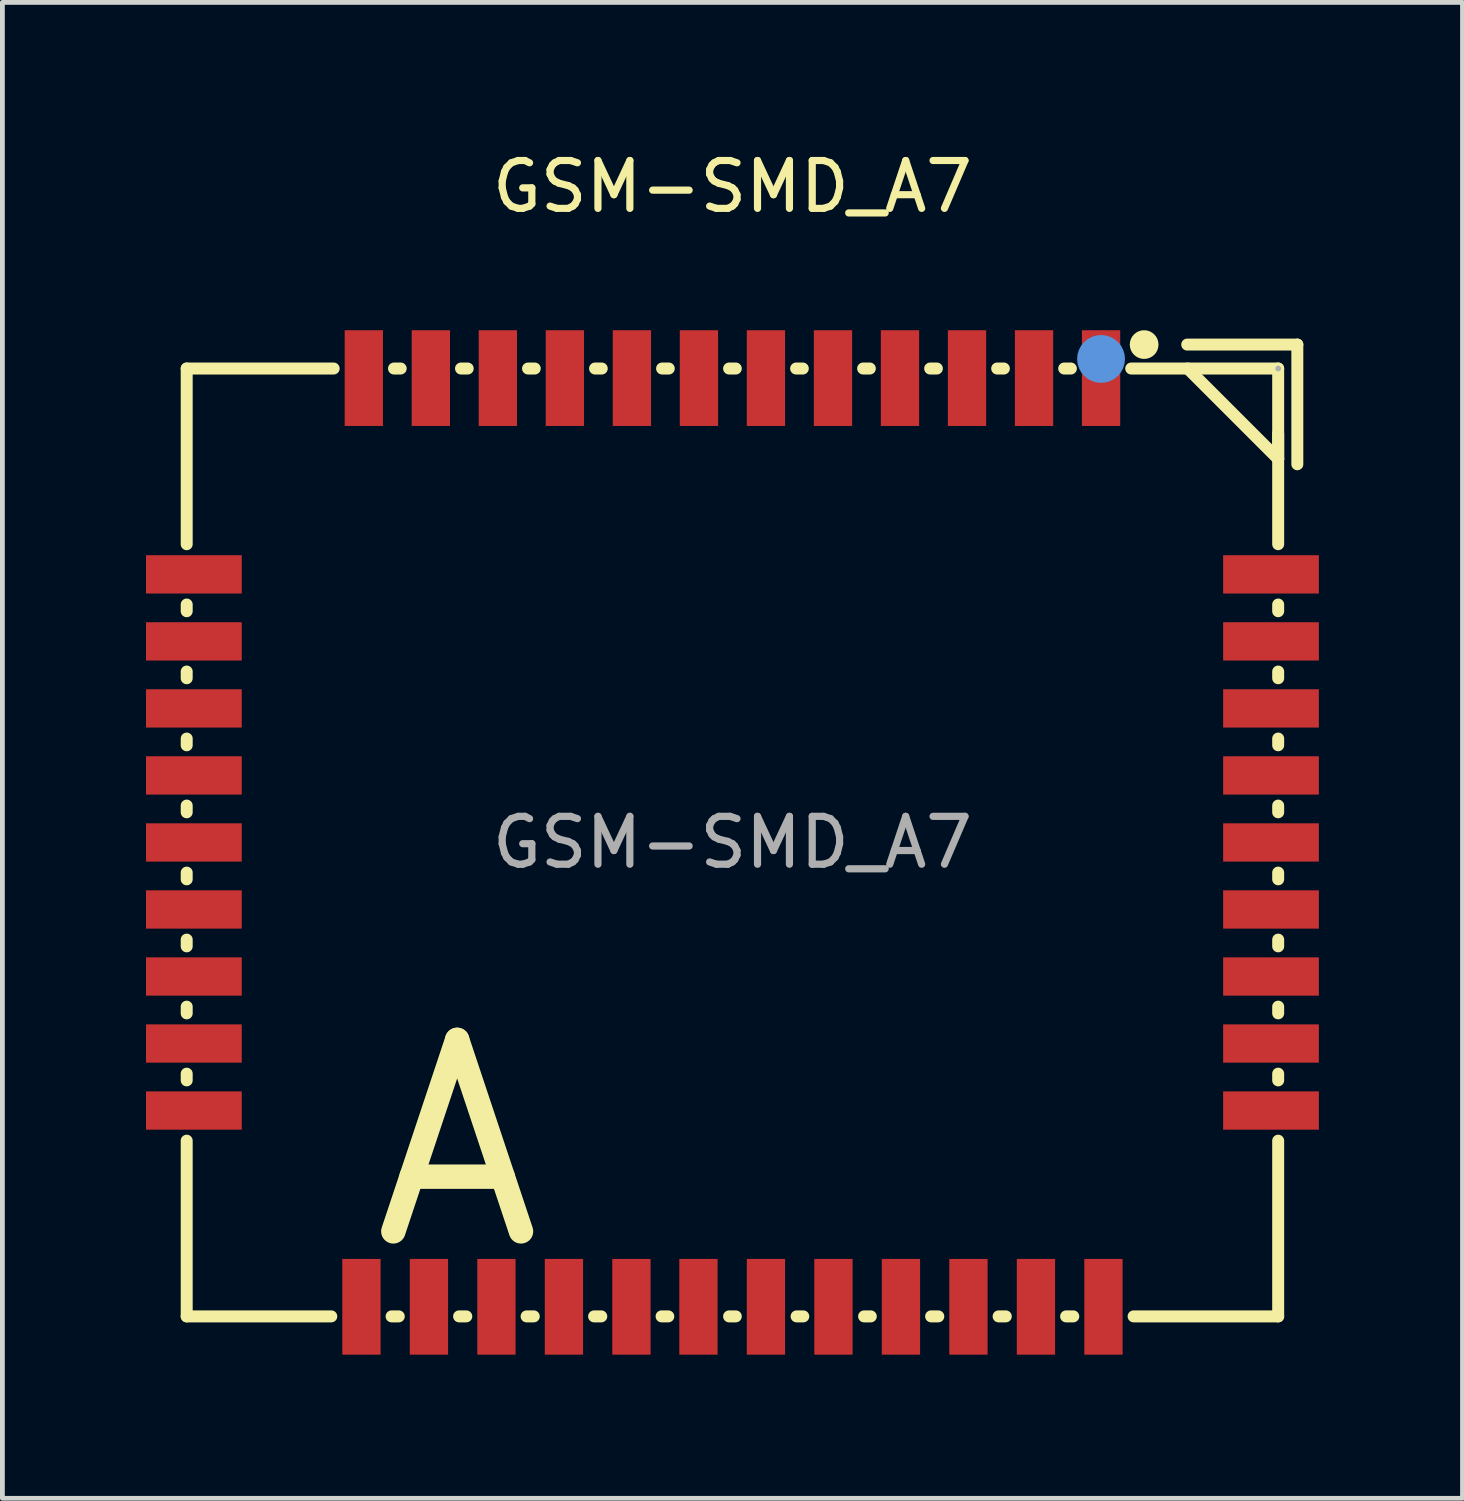
<source format=kicad_pcb>
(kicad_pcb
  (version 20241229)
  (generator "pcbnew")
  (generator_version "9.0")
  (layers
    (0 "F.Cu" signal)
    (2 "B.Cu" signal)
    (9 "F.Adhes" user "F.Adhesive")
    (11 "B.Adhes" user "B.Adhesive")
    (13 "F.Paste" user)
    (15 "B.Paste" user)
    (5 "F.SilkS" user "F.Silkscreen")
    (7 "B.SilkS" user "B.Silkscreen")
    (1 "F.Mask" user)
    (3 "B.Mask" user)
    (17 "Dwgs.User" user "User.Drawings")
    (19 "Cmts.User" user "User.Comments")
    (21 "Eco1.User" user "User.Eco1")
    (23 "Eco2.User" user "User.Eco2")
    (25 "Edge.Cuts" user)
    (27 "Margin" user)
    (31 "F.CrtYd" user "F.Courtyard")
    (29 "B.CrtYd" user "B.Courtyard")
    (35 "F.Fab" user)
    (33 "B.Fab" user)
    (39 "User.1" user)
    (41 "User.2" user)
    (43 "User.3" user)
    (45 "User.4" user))
  (footprint "GSM-SMD_A7"
    (layer "F.Cu")
    (at 12.25 14.548)
    (property "Reference" "GSM-SMD_A7" (at 0 -13.7 0) (layer "F.SilkS") (effects (font (size 1 1) (thickness 0.15))))
    (attr through_hole)
    (fp_line (start -11.4 -9.9) (end -8.33 -9.9) (stroke (width 0.25) (type solid)) (layer "F.SilkS"))
    (fp_line (start -11.4 -6.23) (end -11.4 -9.9) (stroke (width 0.25) (type solid)) (layer "F.SilkS"))
    (fp_line (start -11.4 -4.83) (end -11.4 -4.97) (stroke (width 0.25) (type solid)) (layer "F.SilkS"))
    (fp_line (start -11.4 -3.43) (end -11.4 -3.57) (stroke (width 0.25) (type solid)) (layer "F.SilkS"))
    (fp_line (start -11.4 -2.03) (end -11.4 -2.17) (stroke (width 0.25) (type solid)) (layer "F.SilkS"))
    (fp_line (start -11.4 -0.63) (end -11.4 -0.77) (stroke (width 0.25) (type solid)) (layer "F.SilkS"))
    (fp_line (start -11.4 0.77) (end -11.4 0.63) (stroke (width 0.25) (type solid)) (layer "F.SilkS"))
    (fp_line (start -11.4 2.17) (end -11.4 2.03) (stroke (width 0.25) (type solid)) (layer "F.SilkS"))
    (fp_line (start -11.4 3.57) (end -11.4 3.43) (stroke (width 0.25) (type solid)) (layer "F.SilkS"))
    (fp_line (start -11.4 4.97) (end -11.4 4.83) (stroke (width 0.25) (type solid)) (layer "F.SilkS"))
    (fp_line (start -11.4 9.9) (end -11.4 6.23) (stroke (width 0.25) (type solid)) (layer "F.SilkS"))
    (fp_line (start -8.38 9.9) (end -11.4 9.9) (stroke (width 0.25) (type solid)) (layer "F.SilkS"))
    (fp_line (start -7.07 -9.9) (end -6.93 -9.9) (stroke (width 0.25) (type solid)) (layer "F.SilkS"))
    (fp_line (start -6.97 9.9) (end -7.12 9.9) (stroke (width 0.25) (type solid)) (layer "F.SilkS"))
    (fp_line (start -5.67 -9.9) (end -5.53 -9.9) (stroke (width 0.25) (type solid)) (layer "F.SilkS"))
    (fp_line (start -5.56 9.9) (end -5.71 9.9) (stroke (width 0.25) (type solid)) (layer "F.SilkS"))
    (fp_line (start -4.27 -9.9) (end -4.13 -9.9) (stroke (width 0.25) (type solid)) (layer "F.SilkS"))
    (fp_line (start -4.15 9.9) (end -4.3 9.9) (stroke (width 0.25) (type solid)) (layer "F.SilkS"))
    (fp_line (start -2.87 -9.9) (end -2.73 -9.9) (stroke (width 0.25) (type solid)) (layer "F.SilkS"))
    (fp_line (start -2.74 9.9) (end -2.89 9.9) (stroke (width 0.25) (type solid)) (layer "F.SilkS"))
    (fp_line (start -1.47 -9.9) (end -1.33 -9.9) (stroke (width 0.25) (type solid)) (layer "F.SilkS"))
    (fp_line (start -1.34 9.9) (end -1.48 9.9) (stroke (width 0.25) (type solid)) (layer "F.SilkS"))
    (fp_line (start -0.07 -9.9) (end 0.07 -9.9) (stroke (width 0.25) (type solid)) (layer "F.SilkS"))
    (fp_line (start 0.07 9.9) (end -0.07 9.9) (stroke (width 0.25) (type solid)) (layer "F.SilkS"))
    (fp_line (start 1.33 -9.9) (end 1.47 -9.9) (stroke (width 0.25) (type solid)) (layer "F.SilkS"))
    (fp_line (start 1.48 9.9) (end 1.34 9.9) (stroke (width 0.25) (type solid)) (layer "F.SilkS"))
    (fp_line (start 2.73 -9.9) (end 2.87 -9.9) (stroke (width 0.25) (type solid)) (layer "F.SilkS"))
    (fp_line (start 2.89 9.9) (end 2.75 9.9) (stroke (width 0.25) (type solid)) (layer "F.SilkS"))
    (fp_line (start 4.13 -9.9) (end 4.27 -9.9) (stroke (width 0.25) (type solid)) (layer "F.SilkS"))
    (fp_line (start 4.3 9.9) (end 4.15 9.9) (stroke (width 0.25) (type solid)) (layer "F.SilkS"))
    (fp_line (start 5.53 -9.9) (end 5.67 -9.9) (stroke (width 0.25) (type solid)) (layer "F.SilkS"))
    (fp_line (start 5.71 9.9) (end 5.56 9.9) (stroke (width 0.25) (type solid)) (layer "F.SilkS"))
    (fp_line (start 6.93 -9.9) (end 7.07 -9.9) (stroke (width 0.25) (type solid)) (layer "F.SilkS"))
    (fp_line (start 7.12 9.9) (end 6.97 9.9) (stroke (width 0.25) (type solid)) (layer "F.SilkS"))
    (fp_line (start 8.33 -9.9) (end 11.4 -9.9) (stroke (width 0.25) (type solid)) (layer "F.SilkS"))
    (fp_line (start 9.5 -10.4) (end 11.8 -10.4) (stroke (width 0.25) (type solid)) (layer "F.SilkS"))
    (fp_line (start 11.4 -9.9) (end 11.4 -6.23) (stroke (width 0.25) (type solid)) (layer "F.SilkS"))
    (fp_line (start 11.4 -8.54) (end 11.4 -8.01) (stroke (width 0.25) (type solid)) (layer "F.SilkS"))
    (fp_line (start 11.4 -8.01) (end 9.51 -9.9) (stroke (width 0.25) (type solid)) (layer "F.SilkS"))
    (fp_line (start 11.4 -8.01) (end 11.4 -8.01) (stroke (width 0.25) (type solid)) (layer "F.SilkS"))
    (fp_line (start 11.4 -4.97) (end 11.4 -4.83) (stroke (width 0.25) (type solid)) (layer "F.SilkS"))
    (fp_line (start 11.4 -3.57) (end 11.4 -3.43) (stroke (width 0.25) (type solid)) (layer "F.SilkS"))
    (fp_line (start 11.4 -2.17) (end 11.4 -2.03) (stroke (width 0.25) (type solid)) (layer "F.SilkS"))
    (fp_line (start 11.4 -0.77) (end 11.4 -0.63) (stroke (width 0.25) (type solid)) (layer "F.SilkS"))
    (fp_line (start 11.4 0.63) (end 11.4 0.77) (stroke (width 0.25) (type solid)) (layer "F.SilkS"))
    (fp_line (start 11.4 2.03) (end 11.4 2.17) (stroke (width 0.25) (type solid)) (layer "F.SilkS"))
    (fp_line (start 11.4 3.43) (end 11.4 3.57) (stroke (width 0.25) (type solid)) (layer "F.SilkS"))
    (fp_line (start 11.4 4.83) (end 11.4 4.97) (stroke (width 0.25) (type solid)) (layer "F.SilkS"))
    (fp_line (start 11.4 6.23) (end 11.4 9.9) (stroke (width 0.25) (type solid)) (layer "F.SilkS"))
    (fp_line (start 11.4 9.9) (end 8.38 9.9) (stroke (width 0.25) (type solid)) (layer "F.SilkS"))
    (fp_line (start 11.8 -10.4) (end 11.8 -7.9) (stroke (width 0.25) (type solid)) (layer "F.SilkS"))
    (fp_circle (center 8.6 -10.4) (end 8.75 -10.4) (stroke (width 0.3) (type solid)) (fill no) (layer "F.SilkS"))
    (fp_circle (center 7.7 -10.1) (end 7.95 -10.1) (stroke (width 0.5) (type solid)) (fill no) (layer "Cmts.User"))
    (fp_circle (center 11.4 -9.9) (end 11.43 -9.9) (stroke (width 0.06) (type solid)) (fill no) (layer "F.Fab"))
    (fp_text user "A" (at -7.8 6.3 0) (layer "F.SilkS") (effects (font (size 4 4) (thickness 0.51)) (justify left)))
    (fp_text user "${REFERENCE}" (at 0 0 0) (layer "F.Fab") (effects (font (size 1 1) (thickness 0.15))))
    (pad "1" smd rect (at 7.7 -9.7) (size 0.8 2) (layers "F.Cu" "F.Mask" "F.Paste"))
    (pad "2" smd rect (at 6.3 -9.7) (size 0.8 2) (layers "F.Cu" "F.Mask" "F.Paste"))
    (pad "3" smd rect (at 4.9 -9.7) (size 0.8 2) (layers "F.Cu" "F.Mask" "F.Paste"))
    (pad "4" smd rect (at 3.5 -9.7) (size 0.8 2) (layers "F.Cu" "F.Mask" "F.Paste"))
    (pad "5" smd rect (at 2.1 -9.7) (size 0.8 2) (layers "F.Cu" "F.Mask" "F.Paste"))
    (pad "6" smd rect (at 0.7 -9.7) (size 0.8 2) (layers "F.Cu" "F.Mask" "F.Paste"))
    (pad "7" smd rect (at -0.7 -9.7) (size 0.8 2) (layers "F.Cu" "F.Mask" "F.Paste"))
    (pad "8" smd rect (at -2.1 -9.7) (size 0.8 2) (layers "F.Cu" "F.Mask" "F.Paste"))
    (pad "9" smd rect (at -3.5 -9.7) (size 0.8 2) (layers "F.Cu" "F.Mask" "F.Paste"))
    (pad "10" smd rect (at -4.9 -9.7) (size 0.8 2) (layers "F.Cu" "F.Mask" "F.Paste"))
    (pad "11" smd rect (at -6.3 -9.7) (size 0.8 2) (layers "F.Cu" "F.Mask" "F.Paste"))
    (pad "12" smd rect (at -7.7 -9.7) (size 0.8 2) (layers "F.Cu" "F.Mask" "F.Paste"))
    (pad "13" smd rect (at -11.25 -5.6) (size 2 0.8) (layers "F.Cu" "F.Mask" "F.Paste"))
    (pad "14" smd rect (at -11.25 -4.2) (size 2 0.8) (layers "F.Cu" "F.Mask" "F.Paste"))
    (pad "15" smd rect (at -11.25 -2.8) (size 2 0.8) (layers "F.Cu" "F.Mask" "F.Paste"))
    (pad "16" smd rect (at -11.25 -1.4) (size 2 0.8) (layers "F.Cu" "F.Mask" "F.Paste"))
    (pad "17" smd rect (at -11.25 0) (size 2 0.8) (layers "F.Cu" "F.Mask" "F.Paste"))
    (pad "18" smd rect (at -11.25 1.4) (size 2 0.8) (layers "F.Cu" "F.Mask" "F.Paste"))
    (pad "19" smd rect (at -11.25 2.8) (size 2 0.8) (layers "F.Cu" "F.Mask" "F.Paste"))
    (pad "20" smd rect (at -11.25 4.2) (size 2 0.8) (layers "F.Cu" "F.Mask" "F.Paste"))
    (pad "21" smd rect (at -11.25 5.6) (size 2 0.8) (layers "F.Cu" "F.Mask" "F.Paste"))
    (pad "22" smd rect (at -7.75 9.7) (size 0.8 2) (layers "F.Cu" "F.Mask" "F.Paste"))
    (pad "23" smd rect (at -6.34 9.7) (size 0.8 2) (layers "F.Cu" "F.Mask" "F.Paste"))
    (pad "24" smd rect (at -4.93 9.7) (size 0.8 2) (layers "F.Cu" "F.Mask" "F.Paste"))
    (pad "25" smd rect (at -3.52 9.7) (size 0.8 2) (layers "F.Cu" "F.Mask" "F.Paste"))
    (pad "26" smd rect (at -2.11 9.7) (size 0.8 2) (layers "F.Cu" "F.Mask" "F.Paste"))
    (pad "27" smd rect (at -0.71 9.7) (size 0.8 2) (layers "F.Cu" "F.Mask" "F.Paste"))
    (pad "28" smd rect (at 0.7 9.7) (size 0.8 2) (layers "F.Cu" "F.Mask" "F.Paste"))
    (pad "29" smd rect (at 2.11 9.7) (size 0.8 2) (layers "F.Cu" "F.Mask" "F.Paste"))
    (pad "30" smd rect (at 3.52 9.7) (size 0.8 2) (layers "F.Cu" "F.Mask" "F.Paste"))
    (pad "31" smd rect (at 4.93 9.7) (size 0.8 2) (layers "F.Cu" "F.Mask" "F.Paste"))
    (pad "32" smd rect (at 6.34 9.7) (size 0.8 2) (layers "F.Cu" "F.Mask" "F.Paste"))
    (pad "33" smd rect (at 7.75 9.7) (size 0.8 2) (layers "F.Cu" "F.Mask" "F.Paste"))
    (pad "34" smd rect (at 11.25 5.6) (size 2 0.8) (layers "F.Cu" "F.Mask" "F.Paste"))
    (pad "35" smd rect (at 11.25 4.2) (size 2 0.8) (layers "F.Cu" "F.Mask" "F.Paste"))
    (pad "36" smd rect (at 11.25 2.8) (size 2 0.8) (layers "F.Cu" "F.Mask" "F.Paste"))
    (pad "37" smd rect (at 11.25 1.4) (size 2 0.8) (layers "F.Cu" "F.Mask" "F.Paste"))
    (pad "38" smd rect (at 11.25 0) (size 2 0.8) (layers "F.Cu" "F.Mask" "F.Paste"))
    (pad "39" smd rect (at 11.25 -1.4) (size 2 0.8) (layers "F.Cu" "F.Mask" "F.Paste"))
    (pad "40" smd rect (at 11.25 -2.8) (size 2 0.8) (layers "F.Cu" "F.Mask" "F.Paste"))
    (pad "41" smd rect (at 11.25 -4.2) (size 2 0.8) (layers "F.Cu" "F.Mask" "F.Paste"))
    (pad "42" smd rect (at 11.25 -5.6) (size 2 0.8) (layers "F.Cu" "F.Mask" "F.Paste")))
  (gr_rect
    (start -3 -3)
    (end 27.5 28.248)
    (stroke (width 0.1) (type default))
    (fill no)
    (layer "Edge.Cuts")))
</source>
